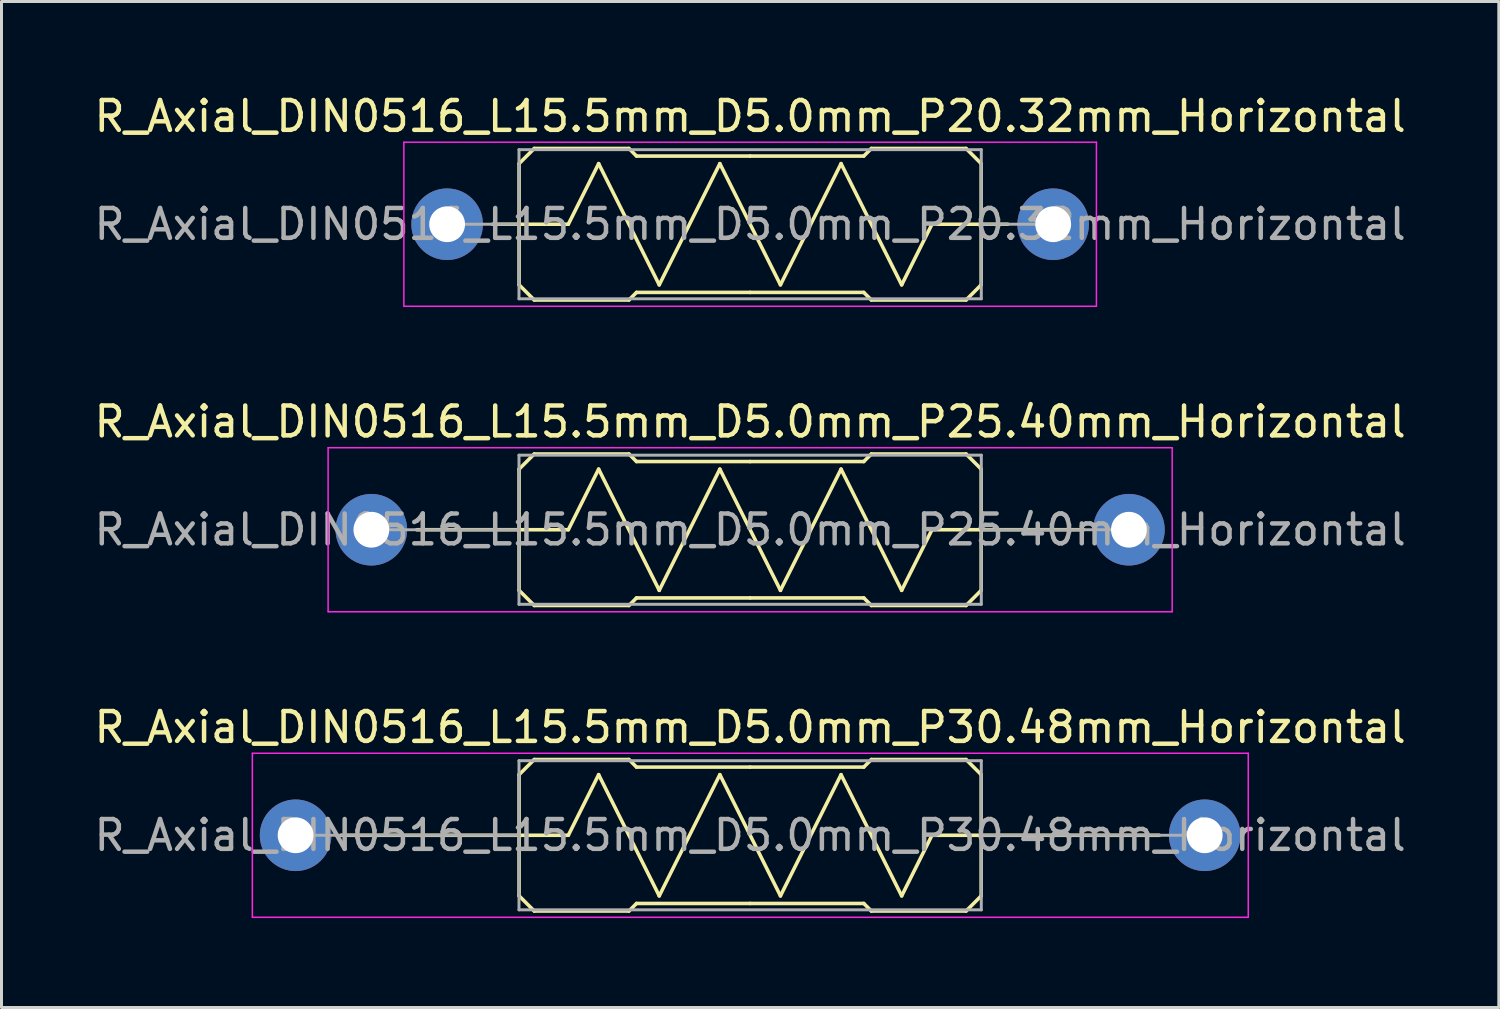
<source format=kicad_pcb>
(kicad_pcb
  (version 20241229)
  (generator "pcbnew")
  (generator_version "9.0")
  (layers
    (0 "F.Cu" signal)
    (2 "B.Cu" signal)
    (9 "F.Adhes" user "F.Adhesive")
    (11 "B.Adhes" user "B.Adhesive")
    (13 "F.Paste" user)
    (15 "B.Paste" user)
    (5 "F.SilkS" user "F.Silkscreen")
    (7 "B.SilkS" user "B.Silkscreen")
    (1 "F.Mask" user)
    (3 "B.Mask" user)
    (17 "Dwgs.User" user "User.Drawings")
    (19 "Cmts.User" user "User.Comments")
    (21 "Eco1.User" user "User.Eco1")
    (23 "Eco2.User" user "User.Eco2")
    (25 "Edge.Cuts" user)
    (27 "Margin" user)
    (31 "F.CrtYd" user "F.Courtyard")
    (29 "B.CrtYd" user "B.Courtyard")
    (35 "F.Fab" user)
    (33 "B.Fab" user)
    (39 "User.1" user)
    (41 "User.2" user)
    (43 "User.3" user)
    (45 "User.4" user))
  (footprint "R_Axial_DIN0516_L15.5mm_D5.0mm_P20.32mm_Horizontal"
    (layer "F.Cu")
    (at 11.941 4.468)
    (property "Reference" "R_Axial_DIN0516_L15.5mm_D5.0mm_P20.32mm_Horizontal" (at 10.16 -3.62 0) (layer "F.SilkS") (effects (font (size 1 1) (thickness 0.15))))
    (attr through_hole)
    (fp_line (start 2.413 -2.032) (end 2.921 -2.54) (stroke (width 0.12) (type solid)) (layer "F.SilkS"))
    (fp_line (start 2.413 0) (end 1.524 0) (stroke (width 0.12) (type solid)) (layer "F.SilkS"))
    (fp_line (start 2.413 2.032) (end 2.413 -2.032) (stroke (width 0.12) (type solid)) (layer "F.SilkS"))
    (fp_line (start 2.413 2.032) (end 2.921 2.54) (stroke (width 0.12) (type solid)) (layer "F.SilkS"))
    (fp_line (start 2.921 -2.54) (end 6.096 -2.54) (stroke (width 0.12) (type solid)) (layer "F.SilkS"))
    (fp_line (start 2.921 2.54) (end 6.096 2.54) (stroke (width 0.12) (type solid)) (layer "F.SilkS"))
    (fp_line (start 4.064 0) (end 2.413 0) (stroke (width 0.12) (type solid)) (layer "F.SilkS"))
    (fp_line (start 4.064 0) (end 5.08 -2.032) (stroke (width 0.12) (type solid)) (layer "F.SilkS"))
    (fp_line (start 5.08 -2.032) (end 7.112 2.032) (stroke (width 0.12) (type solid)) (layer "F.SilkS"))
    (fp_line (start 6.096 -2.54) (end 6.35 -2.286) (stroke (width 0.12) (type solid)) (layer "F.SilkS"))
    (fp_line (start 6.096 2.54) (end 6.35 2.286) (stroke (width 0.12) (type solid)) (layer "F.SilkS"))
    (fp_line (start 6.35 -2.286) (end 10.16 -2.286) (stroke (width 0.12) (type solid)) (layer "F.SilkS"))
    (fp_line (start 6.35 2.286) (end 10.16 2.286) (stroke (width 0.12) (type solid)) (layer "F.SilkS"))
    (fp_line (start 7.112 2.032) (end 9.144 -2.032) (stroke (width 0.12) (type solid)) (layer "F.SilkS"))
    (fp_line (start 9.144 -2.032) (end 11.176 2.032) (stroke (width 0.12) (type solid)) (layer "F.SilkS"))
    (fp_line (start 11.176 2.032) (end 13.208 -2.032) (stroke (width 0.12) (type solid)) (layer "F.SilkS"))
    (fp_line (start 13.208 -2.032) (end 15.24 2.032) (stroke (width 0.12) (type solid)) (layer "F.SilkS"))
    (fp_line (start 13.97 -2.286) (end 10.16 -2.286) (stroke (width 0.12) (type solid)) (layer "F.SilkS"))
    (fp_line (start 13.97 2.286) (end 10.16 2.286) (stroke (width 0.12) (type solid)) (layer "F.SilkS"))
    (fp_line (start 14.224 -2.54) (end 13.97 -2.286) (stroke (width 0.12) (type solid)) (layer "F.SilkS"))
    (fp_line (start 14.224 2.54) (end 13.97 2.286) (stroke (width 0.12) (type solid)) (layer "F.SilkS"))
    (fp_line (start 15.24 2.032) (end 16.256 0) (stroke (width 0.12) (type solid)) (layer "F.SilkS"))
    (fp_line (start 16.256 0) (end 17.907 0) (stroke (width 0.12) (type solid)) (layer "F.SilkS"))
    (fp_line (start 17.399 -2.54) (end 14.224 -2.54) (stroke (width 0.12) (type solid)) (layer "F.SilkS"))
    (fp_line (start 17.399 2.54) (end 14.224 2.54) (stroke (width 0.12) (type solid)) (layer "F.SilkS"))
    (fp_line (start 17.907 -2.032) (end 17.399 -2.54) (stroke (width 0.12) (type solid)) (layer "F.SilkS"))
    (fp_line (start 17.907 2.032) (end 17.399 2.54) (stroke (width 0.12) (type solid)) (layer "F.SilkS"))
    (fp_line (start 17.907 2.032) (end 17.907 -2.032) (stroke (width 0.12) (type solid)) (layer "F.SilkS"))
    (fp_line (start 18.796 0) (end 17.907 0) (stroke (width 0.12) (type solid)) (layer "F.SilkS"))
    (fp_line (start -1.45 -2.75) (end -1.45 2.75) (stroke (width 0.05) (type solid)) (layer "F.CrtYd"))
    (fp_line (start -1.45 2.75) (end 21.77 2.75) (stroke (width 0.05) (type solid)) (layer "F.CrtYd"))
    (fp_line (start 21.77 -2.75) (end -1.45 -2.75) (stroke (width 0.05) (type solid)) (layer "F.CrtYd"))
    (fp_line (start 21.77 2.75) (end 21.77 -2.75) (stroke (width 0.05) (type solid)) (layer "F.CrtYd"))
    (fp_line (start 0 0) (end 2.41 0) (stroke (width 0.1) (type solid)) (layer "F.Fab"))
    (fp_line (start 2.41 -2.5) (end 2.41 2.5) (stroke (width 0.1) (type solid)) (layer "F.Fab"))
    (fp_line (start 2.41 2.5) (end 17.91 2.5) (stroke (width 0.1) (type solid)) (layer "F.Fab"))
    (fp_line (start 17.91 -2.5) (end 2.41 -2.5) (stroke (width 0.1) (type solid)) (layer "F.Fab"))
    (fp_line (start 17.91 2.5) (end 17.91 -2.5) (stroke (width 0.1) (type solid)) (layer "F.Fab"))
    (fp_line (start 20.32 0) (end 17.91 0) (stroke (width 0.1) (type solid)) (layer "F.Fab"))
    (fp_text user "${REFERENCE}" (at 10.16 0 0) (layer "F.Fab") (effects (font (size 1 1) (thickness 0.15))))
    (pad "1" thru_hole circle (at 0 0) (size 2.4 2.4) (drill 1.2) (layers "*.Cu" "*.Mask"))
    (pad "2" thru_hole oval (at 20.32 0) (size 2.4 2.4) (drill 1.2) (layers "*.Cu" "*.Mask")))
  (footprint "R_Axial_DIN0516_L15.5mm_D5.0mm_P30.48mm_Horizontal"
    (layer "F.Cu")
    (at 6.861 24.955)
    (property "Reference" "R_Axial_DIN0516_L15.5mm_D5.0mm_P30.48mm_Horizontal" (at 15.24 -3.62 0) (layer "F.SilkS") (effects (font (size 1 1) (thickness 0.15))))
    (attr through_hole)
    (fp_line (start 7.493 -2.032) (end 8.001 -2.54) (stroke (width 0.12) (type solid)) (layer "F.SilkS"))
    (fp_line (start 7.493 0) (end 1.524 0) (stroke (width 0.12) (type solid)) (layer "F.SilkS"))
    (fp_line (start 7.493 2.032) (end 7.493 -2.032) (stroke (width 0.12) (type solid)) (layer "F.SilkS"))
    (fp_line (start 7.493 2.032) (end 8.001 2.54) (stroke (width 0.12) (type solid)) (layer "F.SilkS"))
    (fp_line (start 8.001 -2.54) (end 11.176 -2.54) (stroke (width 0.12) (type solid)) (layer "F.SilkS"))
    (fp_line (start 8.001 2.54) (end 11.176 2.54) (stroke (width 0.12) (type solid)) (layer "F.SilkS"))
    (fp_line (start 9.144 0) (end 7.493 0) (stroke (width 0.12) (type solid)) (layer "F.SilkS"))
    (fp_line (start 9.144 0) (end 10.16 -2.032) (stroke (width 0.12) (type solid)) (layer "F.SilkS"))
    (fp_line (start 10.16 -2.032) (end 12.192 2.032) (stroke (width 0.12) (type solid)) (layer "F.SilkS"))
    (fp_line (start 11.176 -2.54) (end 11.43 -2.286) (stroke (width 0.12) (type solid)) (layer "F.SilkS"))
    (fp_line (start 11.176 2.54) (end 11.43 2.286) (stroke (width 0.12) (type solid)) (layer "F.SilkS"))
    (fp_line (start 11.43 -2.286) (end 15.24 -2.286) (stroke (width 0.12) (type solid)) (layer "F.SilkS"))
    (fp_line (start 11.43 2.286) (end 15.24 2.286) (stroke (width 0.12) (type solid)) (layer "F.SilkS"))
    (fp_line (start 12.192 2.032) (end 14.224 -2.032) (stroke (width 0.12) (type solid)) (layer "F.SilkS"))
    (fp_line (start 14.224 -2.032) (end 16.256 2.032) (stroke (width 0.12) (type solid)) (layer "F.SilkS"))
    (fp_line (start 16.256 2.032) (end 18.288 -2.032) (stroke (width 0.12) (type solid)) (layer "F.SilkS"))
    (fp_line (start 18.288 -2.032) (end 20.32 2.032) (stroke (width 0.12) (type solid)) (layer "F.SilkS"))
    (fp_line (start 19.05 -2.286) (end 15.24 -2.286) (stroke (width 0.12) (type solid)) (layer "F.SilkS"))
    (fp_line (start 19.05 2.286) (end 15.24 2.286) (stroke (width 0.12) (type solid)) (layer "F.SilkS"))
    (fp_line (start 19.304 -2.54) (end 19.05 -2.286) (stroke (width 0.12) (type solid)) (layer "F.SilkS"))
    (fp_line (start 19.304 2.54) (end 19.05 2.286) (stroke (width 0.12) (type solid)) (layer "F.SilkS"))
    (fp_line (start 20.32 2.032) (end 21.336 0) (stroke (width 0.12) (type solid)) (layer "F.SilkS"))
    (fp_line (start 21.336 0) (end 22.987 0) (stroke (width 0.12) (type solid)) (layer "F.SilkS"))
    (fp_line (start 22.479 -2.54) (end 19.304 -2.54) (stroke (width 0.12) (type solid)) (layer "F.SilkS"))
    (fp_line (start 22.479 2.54) (end 19.304 2.54) (stroke (width 0.12) (type solid)) (layer "F.SilkS"))
    (fp_line (start 22.987 -2.032) (end 22.479 -2.54) (stroke (width 0.12) (type solid)) (layer "F.SilkS"))
    (fp_line (start 22.987 2.032) (end 22.479 2.54) (stroke (width 0.12) (type solid)) (layer "F.SilkS"))
    (fp_line (start 22.987 2.032) (end 22.987 -2.032) (stroke (width 0.12) (type solid)) (layer "F.SilkS"))
    (fp_line (start 28.956 0) (end 22.987 0) (stroke (width 0.12) (type solid)) (layer "F.SilkS"))
    (fp_line (start -1.45 -2.75) (end -1.45 2.75) (stroke (width 0.05) (type solid)) (layer "F.CrtYd"))
    (fp_line (start -1.45 2.75) (end 31.94 2.75) (stroke (width 0.05) (type solid)) (layer "F.CrtYd"))
    (fp_line (start 31.94 -2.75) (end -1.45 -2.75) (stroke (width 0.05) (type solid)) (layer "F.CrtYd"))
    (fp_line (start 31.94 2.75) (end 31.94 -2.75) (stroke (width 0.05) (type solid)) (layer "F.CrtYd"))
    (fp_line (start 0 0) (end 7.49 0) (stroke (width 0.1) (type solid)) (layer "F.Fab"))
    (fp_line (start 7.49 -2.5) (end 7.49 2.5) (stroke (width 0.1) (type solid)) (layer "F.Fab"))
    (fp_line (start 7.49 2.5) (end 22.99 2.5) (stroke (width 0.1) (type solid)) (layer "F.Fab"))
    (fp_line (start 22.99 -2.5) (end 7.49 -2.5) (stroke (width 0.1) (type solid)) (layer "F.Fab"))
    (fp_line (start 22.99 2.5) (end 22.99 -2.5) (stroke (width 0.1) (type solid)) (layer "F.Fab"))
    (fp_line (start 30.48 0) (end 22.99 0) (stroke (width 0.1) (type solid)) (layer "F.Fab"))
    (fp_text user "${REFERENCE}" (at 15.24 0 0) (layer "F.Fab") (effects (font (size 1 1) (thickness 0.15))))
    (pad "1" thru_hole circle (at 0 0) (size 2.4 2.4) (drill 1.2) (layers "*.Cu" "*.Mask"))
    (pad "2" thru_hole oval (at 30.48 0) (size 2.4 2.4) (drill 1.2) (layers "*.Cu" "*.Mask")))
  (footprint "R_Axial_DIN0516_L15.5mm_D5.0mm_P25.40mm_Horizontal"
    (layer "F.Cu")
    (at 9.401 14.711)
    (property "Reference" "R_Axial_DIN0516_L15.5mm_D5.0mm_P25.40mm_Horizontal" (at 12.7 -3.62 0) (layer "F.SilkS") (effects (font (size 1 1) (thickness 0.15))))
    (attr through_hole)
    (fp_line (start 4.953 -2.032) (end 5.461 -2.54) (stroke (width 0.12) (type solid)) (layer "F.SilkS"))
    (fp_line (start 4.953 0) (end 1.524 0) (stroke (width 0.12) (type solid)) (layer "F.SilkS"))
    (fp_line (start 4.953 2.032) (end 4.953 -2.032) (stroke (width 0.12) (type solid)) (layer "F.SilkS"))
    (fp_line (start 4.953 2.032) (end 5.461 2.54) (stroke (width 0.12) (type solid)) (layer "F.SilkS"))
    (fp_line (start 5.461 -2.54) (end 8.636 -2.54) (stroke (width 0.12) (type solid)) (layer "F.SilkS"))
    (fp_line (start 5.461 2.54) (end 8.636 2.54) (stroke (width 0.12) (type solid)) (layer "F.SilkS"))
    (fp_line (start 6.604 0) (end 4.953 0) (stroke (width 0.12) (type solid)) (layer "F.SilkS"))
    (fp_line (start 6.604 0) (end 7.62 -2.032) (stroke (width 0.12) (type solid)) (layer "F.SilkS"))
    (fp_line (start 7.62 -2.032) (end 9.652 2.032) (stroke (width 0.12) (type solid)) (layer "F.SilkS"))
    (fp_line (start 8.636 -2.54) (end 8.89 -2.286) (stroke (width 0.12) (type solid)) (layer "F.SilkS"))
    (fp_line (start 8.636 2.54) (end 8.89 2.286) (stroke (width 0.12) (type solid)) (layer "F.SilkS"))
    (fp_line (start 8.89 -2.286) (end 12.7 -2.286) (stroke (width 0.12) (type solid)) (layer "F.SilkS"))
    (fp_line (start 8.89 2.286) (end 12.7 2.286) (stroke (width 0.12) (type solid)) (layer "F.SilkS"))
    (fp_line (start 9.652 2.032) (end 11.684 -2.032) (stroke (width 0.12) (type solid)) (layer "F.SilkS"))
    (fp_line (start 11.684 -2.032) (end 13.716 2.032) (stroke (width 0.12) (type solid)) (layer "F.SilkS"))
    (fp_line (start 13.716 2.032) (end 15.748 -2.032) (stroke (width 0.12) (type solid)) (layer "F.SilkS"))
    (fp_line (start 15.748 -2.032) (end 17.78 2.032) (stroke (width 0.12) (type solid)) (layer "F.SilkS"))
    (fp_line (start 16.51 -2.286) (end 12.7 -2.286) (stroke (width 0.12) (type solid)) (layer "F.SilkS"))
    (fp_line (start 16.51 2.286) (end 12.7 2.286) (stroke (width 0.12) (type solid)) (layer "F.SilkS"))
    (fp_line (start 16.764 -2.54) (end 16.51 -2.286) (stroke (width 0.12) (type solid)) (layer "F.SilkS"))
    (fp_line (start 16.764 2.54) (end 16.51 2.286) (stroke (width 0.12) (type solid)) (layer "F.SilkS"))
    (fp_line (start 17.78 2.032) (end 18.796 0) (stroke (width 0.12) (type solid)) (layer "F.SilkS"))
    (fp_line (start 18.796 0) (end 20.447 0) (stroke (width 0.12) (type solid)) (layer "F.SilkS"))
    (fp_line (start 19.939 -2.54) (end 16.764 -2.54) (stroke (width 0.12) (type solid)) (layer "F.SilkS"))
    (fp_line (start 19.939 2.54) (end 16.764 2.54) (stroke (width 0.12) (type solid)) (layer "F.SilkS"))
    (fp_line (start 20.447 -2.032) (end 19.939 -2.54) (stroke (width 0.12) (type solid)) (layer "F.SilkS"))
    (fp_line (start 20.447 2.032) (end 19.939 2.54) (stroke (width 0.12) (type solid)) (layer "F.SilkS"))
    (fp_line (start 20.447 2.032) (end 20.447 -2.032) (stroke (width 0.12) (type solid)) (layer "F.SilkS"))
    (fp_line (start 23.876 0) (end 20.447 0) (stroke (width 0.12) (type solid)) (layer "F.SilkS"))
    (fp_line (start -1.45 -2.75) (end -1.45 2.75) (stroke (width 0.05) (type solid)) (layer "F.CrtYd"))
    (fp_line (start -1.45 2.75) (end 26.85 2.75) (stroke (width 0.05) (type solid)) (layer "F.CrtYd"))
    (fp_line (start 26.85 -2.75) (end -1.45 -2.75) (stroke (width 0.05) (type solid)) (layer "F.CrtYd"))
    (fp_line (start 26.85 2.75) (end 26.85 -2.75) (stroke (width 0.05) (type solid)) (layer "F.CrtYd"))
    (fp_line (start 0 0) (end 4.95 0) (stroke (width 0.1) (type solid)) (layer "F.Fab"))
    (fp_line (start 4.95 -2.5) (end 4.95 2.5) (stroke (width 0.1) (type solid)) (layer "F.Fab"))
    (fp_line (start 4.95 2.5) (end 20.45 2.5) (stroke (width 0.1) (type solid)) (layer "F.Fab"))
    (fp_line (start 20.45 -2.5) (end 4.95 -2.5) (stroke (width 0.1) (type solid)) (layer "F.Fab"))
    (fp_line (start 20.45 2.5) (end 20.45 -2.5) (stroke (width 0.1) (type solid)) (layer "F.Fab"))
    (fp_line (start 25.4 0) (end 20.45 0) (stroke (width 0.1) (type solid)) (layer "F.Fab"))
    (fp_text user "${REFERENCE}" (at 12.7 0 0) (layer "F.Fab") (effects (font (size 1 1) (thickness 0.15))))
    (pad "1" thru_hole circle (at 0 0) (size 2.4 2.4) (drill 1.2) (layers "*.Cu" "*.Mask"))
    (pad "2" thru_hole oval (at 25.4 0) (size 2.4 2.4) (drill 1.2) (layers "*.Cu" "*.Mask")))
  (gr_rect
    (start -3 -3)
    (end 47.202 30.73)
    (stroke (width 0.1) (type default))
    (fill no)
    (layer "Edge.Cuts")))
</source>
